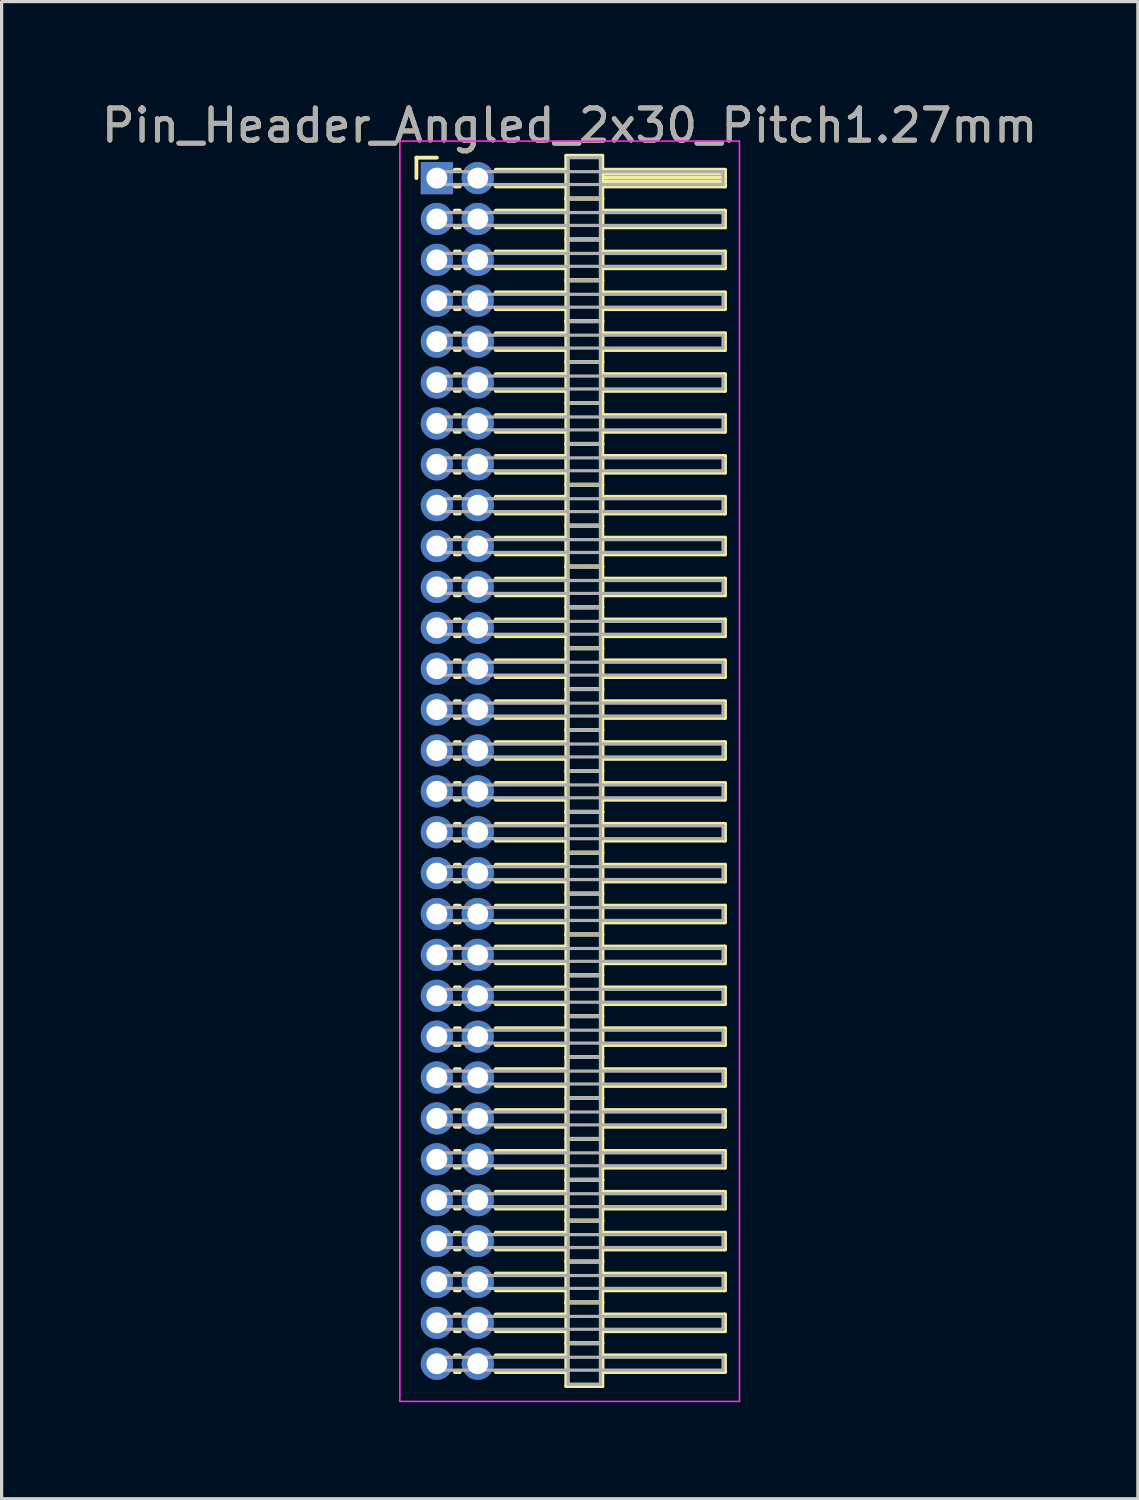
<source format=kicad_pcb>
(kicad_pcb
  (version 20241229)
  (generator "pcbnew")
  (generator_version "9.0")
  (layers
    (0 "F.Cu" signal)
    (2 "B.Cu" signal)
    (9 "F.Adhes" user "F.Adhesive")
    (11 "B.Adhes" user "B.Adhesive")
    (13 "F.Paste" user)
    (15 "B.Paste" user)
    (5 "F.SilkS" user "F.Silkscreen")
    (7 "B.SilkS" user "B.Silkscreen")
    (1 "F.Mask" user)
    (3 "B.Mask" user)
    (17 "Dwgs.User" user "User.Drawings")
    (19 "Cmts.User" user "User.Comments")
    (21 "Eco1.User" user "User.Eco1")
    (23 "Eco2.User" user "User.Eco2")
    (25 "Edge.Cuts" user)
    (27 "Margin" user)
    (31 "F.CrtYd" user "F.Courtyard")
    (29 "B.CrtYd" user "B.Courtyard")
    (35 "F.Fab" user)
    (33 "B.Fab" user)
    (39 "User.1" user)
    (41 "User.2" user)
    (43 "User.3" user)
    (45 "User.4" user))
  (footprint "Pin_Header_Angled_2x30_Pitch1.27mm"
    (layer "F.Cu")
    (at 10.521 2.483)
    (property "Reference" "Pin_Header_Angled_2x30_Pitch1.27mm" (at 4.128 -1.635 0) (layer "F.SilkS") (effects (font (size 1 1) (thickness 0.15))))
    (attr through_hole)
    (fp_line (start -0.635 -0.635) (end 0 -0.635) (stroke (width 0.12) (type solid)) (layer "F.SilkS"))
    (fp_line (start -0.635 0) (end -0.635 -0.635) (stroke (width 0.12) (type solid)) (layer "F.SilkS"))
    (fp_line (start 0.56 -0.26) (end 0.71 -0.26) (stroke (width 0.12) (type solid)) (layer "F.SilkS"))
    (fp_line (start 0.56 0.26) (end 0.71 0.26) (stroke (width 0.12) (type solid)) (layer "F.SilkS"))
    (fp_line (start 0.56 1.01) (end 0.71 1.01) (stroke (width 0.12) (type solid)) (layer "F.SilkS"))
    (fp_line (start 0.56 1.53) (end 0.71 1.53) (stroke (width 0.12) (type solid)) (layer "F.SilkS"))
    (fp_line (start 0.56 2.28) (end 0.71 2.28) (stroke (width 0.12) (type solid)) (layer "F.SilkS"))
    (fp_line (start 0.56 2.8) (end 0.71 2.8) (stroke (width 0.12) (type solid)) (layer "F.SilkS"))
    (fp_line (start 0.56 3.55) (end 0.71 3.55) (stroke (width 0.12) (type solid)) (layer "F.SilkS"))
    (fp_line (start 0.56 4.07) (end 0.71 4.07) (stroke (width 0.12) (type solid)) (layer "F.SilkS"))
    (fp_line (start 0.56 4.82) (end 0.71 4.82) (stroke (width 0.12) (type solid)) (layer "F.SilkS"))
    (fp_line (start 0.56 5.34) (end 0.71 5.34) (stroke (width 0.12) (type solid)) (layer "F.SilkS"))
    (fp_line (start 0.56 6.09) (end 0.71 6.09) (stroke (width 0.12) (type solid)) (layer "F.SilkS"))
    (fp_line (start 0.56 6.61) (end 0.71 6.61) (stroke (width 0.12) (type solid)) (layer "F.SilkS"))
    (fp_line (start 0.56 7.36) (end 0.71 7.36) (stroke (width 0.12) (type solid)) (layer "F.SilkS"))
    (fp_line (start 0.56 7.88) (end 0.71 7.88) (stroke (width 0.12) (type solid)) (layer "F.SilkS"))
    (fp_line (start 0.56 8.63) (end 0.71 8.63) (stroke (width 0.12) (type solid)) (layer "F.SilkS"))
    (fp_line (start 0.56 9.15) (end 0.71 9.15) (stroke (width 0.12) (type solid)) (layer "F.SilkS"))
    (fp_line (start 0.56 9.9) (end 0.71 9.9) (stroke (width 0.12) (type solid)) (layer "F.SilkS"))
    (fp_line (start 0.56 10.42) (end 0.71 10.42) (stroke (width 0.12) (type solid)) (layer "F.SilkS"))
    (fp_line (start 0.56 11.17) (end 0.71 11.17) (stroke (width 0.12) (type solid)) (layer "F.SilkS"))
    (fp_line (start 0.56 11.69) (end 0.71 11.69) (stroke (width 0.12) (type solid)) (layer "F.SilkS"))
    (fp_line (start 0.56 12.44) (end 0.71 12.44) (stroke (width 0.12) (type solid)) (layer "F.SilkS"))
    (fp_line (start 0.56 12.96) (end 0.71 12.96) (stroke (width 0.12) (type solid)) (layer "F.SilkS"))
    (fp_line (start 0.56 13.71) (end 0.71 13.71) (stroke (width 0.12) (type solid)) (layer "F.SilkS"))
    (fp_line (start 0.56 14.23) (end 0.71 14.23) (stroke (width 0.12) (type solid)) (layer "F.SilkS"))
    (fp_line (start 0.56 14.98) (end 0.71 14.98) (stroke (width 0.12) (type solid)) (layer "F.SilkS"))
    (fp_line (start 0.56 15.5) (end 0.71 15.5) (stroke (width 0.12) (type solid)) (layer "F.SilkS"))
    (fp_line (start 0.56 16.25) (end 0.71 16.25) (stroke (width 0.12) (type solid)) (layer "F.SilkS"))
    (fp_line (start 0.56 16.77) (end 0.71 16.77) (stroke (width 0.12) (type solid)) (layer "F.SilkS"))
    (fp_line (start 0.56 17.52) (end 0.71 17.52) (stroke (width 0.12) (type solid)) (layer "F.SilkS"))
    (fp_line (start 0.56 18.04) (end 0.71 18.04) (stroke (width 0.12) (type solid)) (layer "F.SilkS"))
    (fp_line (start 0.56 18.79) (end 0.71 18.79) (stroke (width 0.12) (type solid)) (layer "F.SilkS"))
    (fp_line (start 0.56 19.31) (end 0.71 19.31) (stroke (width 0.12) (type solid)) (layer "F.SilkS"))
    (fp_line (start 0.56 20.06) (end 0.71 20.06) (stroke (width 0.12) (type solid)) (layer "F.SilkS"))
    (fp_line (start 0.56 20.58) (end 0.71 20.58) (stroke (width 0.12) (type solid)) (layer "F.SilkS"))
    (fp_line (start 0.56 21.33) (end 0.71 21.33) (stroke (width 0.12) (type solid)) (layer "F.SilkS"))
    (fp_line (start 0.56 21.85) (end 0.71 21.85) (stroke (width 0.12) (type solid)) (layer "F.SilkS"))
    (fp_line (start 0.56 22.6) (end 0.71 22.6) (stroke (width 0.12) (type solid)) (layer "F.SilkS"))
    (fp_line (start 0.56 23.12) (end 0.71 23.12) (stroke (width 0.12) (type solid)) (layer "F.SilkS"))
    (fp_line (start 0.56 23.87) (end 0.71 23.87) (stroke (width 0.12) (type solid)) (layer "F.SilkS"))
    (fp_line (start 0.56 24.39) (end 0.71 24.39) (stroke (width 0.12) (type solid)) (layer "F.SilkS"))
    (fp_line (start 0.56 25.14) (end 0.71 25.14) (stroke (width 0.12) (type solid)) (layer "F.SilkS"))
    (fp_line (start 0.56 25.66) (end 0.71 25.66) (stroke (width 0.12) (type solid)) (layer "F.SilkS"))
    (fp_line (start 0.56 26.41) (end 0.71 26.41) (stroke (width 0.12) (type solid)) (layer "F.SilkS"))
    (fp_line (start 0.56 26.93) (end 0.71 26.93) (stroke (width 0.12) (type solid)) (layer "F.SilkS"))
    (fp_line (start 0.56 27.68) (end 0.71 27.68) (stroke (width 0.12) (type solid)) (layer "F.SilkS"))
    (fp_line (start 0.56 28.2) (end 0.71 28.2) (stroke (width 0.12) (type solid)) (layer "F.SilkS"))
    (fp_line (start 0.56 28.95) (end 0.71 28.95) (stroke (width 0.12) (type solid)) (layer "F.SilkS"))
    (fp_line (start 0.56 29.47) (end 0.71 29.47) (stroke (width 0.12) (type solid)) (layer "F.SilkS"))
    (fp_line (start 0.56 30.22) (end 0.71 30.22) (stroke (width 0.12) (type solid)) (layer "F.SilkS"))
    (fp_line (start 0.56 30.74) (end 0.71 30.74) (stroke (width 0.12) (type solid)) (layer "F.SilkS"))
    (fp_line (start 0.56 31.49) (end 0.71 31.49) (stroke (width 0.12) (type solid)) (layer "F.SilkS"))
    (fp_line (start 0.56 32.01) (end 0.71 32.01) (stroke (width 0.12) (type solid)) (layer "F.SilkS"))
    (fp_line (start 0.56 32.76) (end 0.71 32.76) (stroke (width 0.12) (type solid)) (layer "F.SilkS"))
    (fp_line (start 0.56 33.28) (end 0.71 33.28) (stroke (width 0.12) (type solid)) (layer "F.SilkS"))
    (fp_line (start 0.56 34.03) (end 0.71 34.03) (stroke (width 0.12) (type solid)) (layer "F.SilkS"))
    (fp_line (start 0.56 34.55) (end 0.71 34.55) (stroke (width 0.12) (type solid)) (layer "F.SilkS"))
    (fp_line (start 0.56 35.3) (end 0.71 35.3) (stroke (width 0.12) (type solid)) (layer "F.SilkS"))
    (fp_line (start 0.56 35.82) (end 0.71 35.82) (stroke (width 0.12) (type solid)) (layer "F.SilkS"))
    (fp_line (start 0.56 36.57) (end 0.71 36.57) (stroke (width 0.12) (type solid)) (layer "F.SilkS"))
    (fp_line (start 0.56 37.09) (end 0.71 37.09) (stroke (width 0.12) (type solid)) (layer "F.SilkS"))
    (fp_line (start 1.83 -0.26) (end 4.02 -0.26) (stroke (width 0.12) (type solid)) (layer "F.SilkS"))
    (fp_line (start 1.83 0.26) (end 4.02 0.26) (stroke (width 0.12) (type solid)) (layer "F.SilkS"))
    (fp_line (start 1.83 1.01) (end 4.02 1.01) (stroke (width 0.12) (type solid)) (layer "F.SilkS"))
    (fp_line (start 1.83 1.53) (end 4.02 1.53) (stroke (width 0.12) (type solid)) (layer "F.SilkS"))
    (fp_line (start 1.83 2.28) (end 4.02 2.28) (stroke (width 0.12) (type solid)) (layer "F.SilkS"))
    (fp_line (start 1.83 2.8) (end 4.02 2.8) (stroke (width 0.12) (type solid)) (layer "F.SilkS"))
    (fp_line (start 1.83 3.55) (end 4.02 3.55) (stroke (width 0.12) (type solid)) (layer "F.SilkS"))
    (fp_line (start 1.83 4.07) (end 4.02 4.07) (stroke (width 0.12) (type solid)) (layer "F.SilkS"))
    (fp_line (start 1.83 4.82) (end 4.02 4.82) (stroke (width 0.12) (type solid)) (layer "F.SilkS"))
    (fp_line (start 1.83 5.34) (end 4.02 5.34) (stroke (width 0.12) (type solid)) (layer "F.SilkS"))
    (fp_line (start 1.83 6.09) (end 4.02 6.09) (stroke (width 0.12) (type solid)) (layer "F.SilkS"))
    (fp_line (start 1.83 6.61) (end 4.02 6.61) (stroke (width 0.12) (type solid)) (layer "F.SilkS"))
    (fp_line (start 1.83 7.36) (end 4.02 7.36) (stroke (width 0.12) (type solid)) (layer "F.SilkS"))
    (fp_line (start 1.83 7.88) (end 4.02 7.88) (stroke (width 0.12) (type solid)) (layer "F.SilkS"))
    (fp_line (start 1.83 8.63) (end 4.02 8.63) (stroke (width 0.12) (type solid)) (layer "F.SilkS"))
    (fp_line (start 1.83 9.15) (end 4.02 9.15) (stroke (width 0.12) (type solid)) (layer "F.SilkS"))
    (fp_line (start 1.83 9.9) (end 4.02 9.9) (stroke (width 0.12) (type solid)) (layer "F.SilkS"))
    (fp_line (start 1.83 10.42) (end 4.02 10.42) (stroke (width 0.12) (type solid)) (layer "F.SilkS"))
    (fp_line (start 1.83 11.17) (end 4.02 11.17) (stroke (width 0.12) (type solid)) (layer "F.SilkS"))
    (fp_line (start 1.83 11.69) (end 4.02 11.69) (stroke (width 0.12) (type solid)) (layer "F.SilkS"))
    (fp_line (start 1.83 12.44) (end 4.02 12.44) (stroke (width 0.12) (type solid)) (layer "F.SilkS"))
    (fp_line (start 1.83 12.96) (end 4.02 12.96) (stroke (width 0.12) (type solid)) (layer "F.SilkS"))
    (fp_line (start 1.83 13.71) (end 4.02 13.71) (stroke (width 0.12) (type solid)) (layer "F.SilkS"))
    (fp_line (start 1.83 14.23) (end 4.02 14.23) (stroke (width 0.12) (type solid)) (layer "F.SilkS"))
    (fp_line (start 1.83 14.98) (end 4.02 14.98) (stroke (width 0.12) (type solid)) (layer "F.SilkS"))
    (fp_line (start 1.83 15.5) (end 4.02 15.5) (stroke (width 0.12) (type solid)) (layer "F.SilkS"))
    (fp_line (start 1.83 16.25) (end 4.02 16.25) (stroke (width 0.12) (type solid)) (layer "F.SilkS"))
    (fp_line (start 1.83 16.77) (end 4.02 16.77) (stroke (width 0.12) (type solid)) (layer "F.SilkS"))
    (fp_line (start 1.83 17.52) (end 4.02 17.52) (stroke (width 0.12) (type solid)) (layer "F.SilkS"))
    (fp_line (start 1.83 18.04) (end 4.02 18.04) (stroke (width 0.12) (type solid)) (layer "F.SilkS"))
    (fp_line (start 1.83 18.79) (end 4.02 18.79) (stroke (width 0.12) (type solid)) (layer "F.SilkS"))
    (fp_line (start 1.83 19.31) (end 4.02 19.31) (stroke (width 0.12) (type solid)) (layer "F.SilkS"))
    (fp_line (start 1.83 20.06) (end 4.02 20.06) (stroke (width 0.12) (type solid)) (layer "F.SilkS"))
    (fp_line (start 1.83 20.58) (end 4.02 20.58) (stroke (width 0.12) (type solid)) (layer "F.SilkS"))
    (fp_line (start 1.83 21.33) (end 4.02 21.33) (stroke (width 0.12) (type solid)) (layer "F.SilkS"))
    (fp_line (start 1.83 21.85) (end 4.02 21.85) (stroke (width 0.12) (type solid)) (layer "F.SilkS"))
    (fp_line (start 1.83 22.6) (end 4.02 22.6) (stroke (width 0.12) (type solid)) (layer "F.SilkS"))
    (fp_line (start 1.83 23.12) (end 4.02 23.12) (stroke (width 0.12) (type solid)) (layer "F.SilkS"))
    (fp_line (start 1.83 23.87) (end 4.02 23.87) (stroke (width 0.12) (type solid)) (layer "F.SilkS"))
    (fp_line (start 1.83 24.39) (end 4.02 24.39) (stroke (width 0.12) (type solid)) (layer "F.SilkS"))
    (fp_line (start 1.83 25.14) (end 4.02 25.14) (stroke (width 0.12) (type solid)) (layer "F.SilkS"))
    (fp_line (start 1.83 25.66) (end 4.02 25.66) (stroke (width 0.12) (type solid)) (layer "F.SilkS"))
    (fp_line (start 1.83 26.41) (end 4.02 26.41) (stroke (width 0.12) (type solid)) (layer "F.SilkS"))
    (fp_line (start 1.83 26.93) (end 4.02 26.93) (stroke (width 0.12) (type solid)) (layer "F.SilkS"))
    (fp_line (start 1.83 27.68) (end 4.02 27.68) (stroke (width 0.12) (type solid)) (layer "F.SilkS"))
    (fp_line (start 1.83 28.2) (end 4.02 28.2) (stroke (width 0.12) (type solid)) (layer "F.SilkS"))
    (fp_line (start 1.83 28.95) (end 4.02 28.95) (stroke (width 0.12) (type solid)) (layer "F.SilkS"))
    (fp_line (start 1.83 29.47) (end 4.02 29.47) (stroke (width 0.12) (type solid)) (layer "F.SilkS"))
    (fp_line (start 1.83 30.22) (end 4.02 30.22) (stroke (width 0.12) (type solid)) (layer "F.SilkS"))
    (fp_line (start 1.83 30.74) (end 4.02 30.74) (stroke (width 0.12) (type solid)) (layer "F.SilkS"))
    (fp_line (start 1.83 31.49) (end 4.02 31.49) (stroke (width 0.12) (type solid)) (layer "F.SilkS"))
    (fp_line (start 1.83 32.01) (end 4.02 32.01) (stroke (width 0.12) (type solid)) (layer "F.SilkS"))
    (fp_line (start 1.83 32.76) (end 4.02 32.76) (stroke (width 0.12) (type solid)) (layer "F.SilkS"))
    (fp_line (start 1.83 33.28) (end 4.02 33.28) (stroke (width 0.12) (type solid)) (layer "F.SilkS"))
    (fp_line (start 1.83 34.03) (end 4.02 34.03) (stroke (width 0.12) (type solid)) (layer "F.SilkS"))
    (fp_line (start 1.83 34.55) (end 4.02 34.55) (stroke (width 0.12) (type solid)) (layer "F.SilkS"))
    (fp_line (start 1.83 35.3) (end 4.02 35.3) (stroke (width 0.12) (type solid)) (layer "F.SilkS"))
    (fp_line (start 1.83 35.82) (end 4.02 35.82) (stroke (width 0.12) (type solid)) (layer "F.SilkS"))
    (fp_line (start 1.83 36.57) (end 4.02 36.57) (stroke (width 0.12) (type solid)) (layer "F.SilkS"))
    (fp_line (start 1.83 37.09) (end 4.02 37.09) (stroke (width 0.12) (type solid)) (layer "F.SilkS"))
    (fp_line (start 4.02 -0.695) (end 4.02 0.635) (stroke (width 0.12) (type solid)) (layer "F.SilkS"))
    (fp_line (start 4.02 0.635) (end 4.02 1.905) (stroke (width 0.12) (type solid)) (layer "F.SilkS"))
    (fp_line (start 4.02 0.635) (end 5.14 0.635) (stroke (width 0.12) (type solid)) (layer "F.SilkS"))
    (fp_line (start 4.02 1.905) (end 4.02 3.175) (stroke (width 0.12) (type solid)) (layer "F.SilkS"))
    (fp_line (start 4.02 1.905) (end 5.14 1.905) (stroke (width 0.12) (type solid)) (layer "F.SilkS"))
    (fp_line (start 4.02 3.175) (end 4.02 4.445) (stroke (width 0.12) (type solid)) (layer "F.SilkS"))
    (fp_line (start 4.02 3.175) (end 5.14 3.175) (stroke (width 0.12) (type solid)) (layer "F.SilkS"))
    (fp_line (start 4.02 4.445) (end 4.02 5.715) (stroke (width 0.12) (type solid)) (layer "F.SilkS"))
    (fp_line (start 4.02 4.445) (end 5.14 4.445) (stroke (width 0.12) (type solid)) (layer "F.SilkS"))
    (fp_line (start 4.02 5.715) (end 4.02 6.985) (stroke (width 0.12) (type solid)) (layer "F.SilkS"))
    (fp_line (start 4.02 5.715) (end 5.14 5.715) (stroke (width 0.12) (type solid)) (layer "F.SilkS"))
    (fp_line (start 4.02 6.985) (end 4.02 8.255) (stroke (width 0.12) (type solid)) (layer "F.SilkS"))
    (fp_line (start 4.02 6.985) (end 5.14 6.985) (stroke (width 0.12) (type solid)) (layer "F.SilkS"))
    (fp_line (start 4.02 8.255) (end 4.02 9.525) (stroke (width 0.12) (type solid)) (layer "F.SilkS"))
    (fp_line (start 4.02 8.255) (end 5.14 8.255) (stroke (width 0.12) (type solid)) (layer "F.SilkS"))
    (fp_line (start 4.02 9.525) (end 4.02 10.795) (stroke (width 0.12) (type solid)) (layer "F.SilkS"))
    (fp_line (start 4.02 9.525) (end 5.14 9.525) (stroke (width 0.12) (type solid)) (layer "F.SilkS"))
    (fp_line (start 4.02 10.795) (end 4.02 12.065) (stroke (width 0.12) (type solid)) (layer "F.SilkS"))
    (fp_line (start 4.02 10.795) (end 5.14 10.795) (stroke (width 0.12) (type solid)) (layer "F.SilkS"))
    (fp_line (start 4.02 12.065) (end 4.02 13.335) (stroke (width 0.12) (type solid)) (layer "F.SilkS"))
    (fp_line (start 4.02 12.065) (end 5.14 12.065) (stroke (width 0.12) (type solid)) (layer "F.SilkS"))
    (fp_line (start 4.02 13.335) (end 4.02 14.605) (stroke (width 0.12) (type solid)) (layer "F.SilkS"))
    (fp_line (start 4.02 13.335) (end 5.14 13.335) (stroke (width 0.12) (type solid)) (layer "F.SilkS"))
    (fp_line (start 4.02 14.605) (end 4.02 15.875) (stroke (width 0.12) (type solid)) (layer "F.SilkS"))
    (fp_line (start 4.02 14.605) (end 5.14 14.605) (stroke (width 0.12) (type solid)) (layer "F.SilkS"))
    (fp_line (start 4.02 15.875) (end 4.02 17.145) (stroke (width 0.12) (type solid)) (layer "F.SilkS"))
    (fp_line (start 4.02 15.875) (end 5.14 15.875) (stroke (width 0.12) (type solid)) (layer "F.SilkS"))
    (fp_line (start 4.02 17.145) (end 4.02 18.415) (stroke (width 0.12) (type solid)) (layer "F.SilkS"))
    (fp_line (start 4.02 17.145) (end 5.14 17.145) (stroke (width 0.12) (type solid)) (layer "F.SilkS"))
    (fp_line (start 4.02 18.415) (end 4.02 19.685) (stroke (width 0.12) (type solid)) (layer "F.SilkS"))
    (fp_line (start 4.02 18.415) (end 5.14 18.415) (stroke (width 0.12) (type solid)) (layer "F.SilkS"))
    (fp_line (start 4.02 19.685) (end 4.02 20.955) (stroke (width 0.12) (type solid)) (layer "F.SilkS"))
    (fp_line (start 4.02 19.685) (end 5.14 19.685) (stroke (width 0.12) (type solid)) (layer "F.SilkS"))
    (fp_line (start 4.02 20.955) (end 4.02 22.225) (stroke (width 0.12) (type solid)) (layer "F.SilkS"))
    (fp_line (start 4.02 20.955) (end 5.14 20.955) (stroke (width 0.12) (type solid)) (layer "F.SilkS"))
    (fp_line (start 4.02 22.225) (end 4.02 23.495) (stroke (width 0.12) (type solid)) (layer "F.SilkS"))
    (fp_line (start 4.02 22.225) (end 5.14 22.225) (stroke (width 0.12) (type solid)) (layer "F.SilkS"))
    (fp_line (start 4.02 23.495) (end 4.02 24.765) (stroke (width 0.12) (type solid)) (layer "F.SilkS"))
    (fp_line (start 4.02 23.495) (end 5.14 23.495) (stroke (width 0.12) (type solid)) (layer "F.SilkS"))
    (fp_line (start 4.02 24.765) (end 4.02 26.035) (stroke (width 0.12) (type solid)) (layer "F.SilkS"))
    (fp_line (start 4.02 24.765) (end 5.14 24.765) (stroke (width 0.12) (type solid)) (layer "F.SilkS"))
    (fp_line (start 4.02 26.035) (end 4.02 27.305) (stroke (width 0.12) (type solid)) (layer "F.SilkS"))
    (fp_line (start 4.02 26.035) (end 5.14 26.035) (stroke (width 0.12) (type solid)) (layer "F.SilkS"))
    (fp_line (start 4.02 27.305) (end 4.02 28.575) (stroke (width 0.12) (type solid)) (layer "F.SilkS"))
    (fp_line (start 4.02 27.305) (end 5.14 27.305) (stroke (width 0.12) (type solid)) (layer "F.SilkS"))
    (fp_line (start 4.02 28.575) (end 4.02 29.845) (stroke (width 0.12) (type solid)) (layer "F.SilkS"))
    (fp_line (start 4.02 28.575) (end 5.14 28.575) (stroke (width 0.12) (type solid)) (layer "F.SilkS"))
    (fp_line (start 4.02 29.845) (end 4.02 31.115) (stroke (width 0.12) (type solid)) (layer "F.SilkS"))
    (fp_line (start 4.02 29.845) (end 5.14 29.845) (stroke (width 0.12) (type solid)) (layer "F.SilkS"))
    (fp_line (start 4.02 31.115) (end 4.02 32.385) (stroke (width 0.12) (type solid)) (layer "F.SilkS"))
    (fp_line (start 4.02 31.115) (end 5.14 31.115) (stroke (width 0.12) (type solid)) (layer "F.SilkS"))
    (fp_line (start 4.02 32.385) (end 4.02 33.655) (stroke (width 0.12) (type solid)) (layer "F.SilkS"))
    (fp_line (start 4.02 32.385) (end 5.14 32.385) (stroke (width 0.12) (type solid)) (layer "F.SilkS"))
    (fp_line (start 4.02 33.655) (end 4.02 34.925) (stroke (width 0.12) (type solid)) (layer "F.SilkS"))
    (fp_line (start 4.02 33.655) (end 5.14 33.655) (stroke (width 0.12) (type solid)) (layer "F.SilkS"))
    (fp_line (start 4.02 34.925) (end 4.02 36.195) (stroke (width 0.12) (type solid)) (layer "F.SilkS"))
    (fp_line (start 4.02 34.925) (end 5.14 34.925) (stroke (width 0.12) (type solid)) (layer "F.SilkS"))
    (fp_line (start 4.02 36.195) (end 4.02 37.525) (stroke (width 0.12) (type solid)) (layer "F.SilkS"))
    (fp_line (start 4.02 36.195) (end 5.14 36.195) (stroke (width 0.12) (type solid)) (layer "F.SilkS"))
    (fp_line (start 4.02 37.525) (end 5.14 37.525) (stroke (width 0.12) (type solid)) (layer "F.SilkS"))
    (fp_line (start 5.14 -0.695) (end 4.02 -0.695) (stroke (width 0.12) (type solid)) (layer "F.SilkS"))
    (fp_line (start 5.14 -0.26) (end 5.14 0.26) (stroke (width 0.12) (type solid)) (layer "F.SilkS"))
    (fp_line (start 5.14 -0.14) (end 8.95 -0.14) (stroke (width 0.12) (type solid)) (layer "F.SilkS"))
    (fp_line (start 5.14 -0.02) (end 8.95 -0.02) (stroke (width 0.12) (type solid)) (layer "F.SilkS"))
    (fp_line (start 5.14 0.1) (end 8.95 0.1) (stroke (width 0.12) (type solid)) (layer "F.SilkS"))
    (fp_line (start 5.14 0.22) (end 8.95 0.22) (stroke (width 0.12) (type solid)) (layer "F.SilkS"))
    (fp_line (start 5.14 0.26) (end 8.95 0.26) (stroke (width 0.12) (type solid)) (layer "F.SilkS"))
    (fp_line (start 5.14 0.635) (end 4.02 0.635) (stroke (width 0.12) (type solid)) (layer "F.SilkS"))
    (fp_line (start 5.14 0.635) (end 5.14 -0.695) (stroke (width 0.12) (type solid)) (layer "F.SilkS"))
    (fp_line (start 5.14 1.01) (end 5.14 1.53) (stroke (width 0.12) (type solid)) (layer "F.SilkS"))
    (fp_line (start 5.14 1.53) (end 8.95 1.53) (stroke (width 0.12) (type solid)) (layer "F.SilkS"))
    (fp_line (start 5.14 1.905) (end 4.02 1.905) (stroke (width 0.12) (type solid)) (layer "F.SilkS"))
    (fp_line (start 5.14 1.905) (end 5.14 0.635) (stroke (width 0.12) (type solid)) (layer "F.SilkS"))
    (fp_line (start 5.14 2.28) (end 5.14 2.8) (stroke (width 0.12) (type solid)) (layer "F.SilkS"))
    (fp_line (start 5.14 2.8) (end 8.95 2.8) (stroke (width 0.12) (type solid)) (layer "F.SilkS"))
    (fp_line (start 5.14 3.175) (end 4.02 3.175) (stroke (width 0.12) (type solid)) (layer "F.SilkS"))
    (fp_line (start 5.14 3.175) (end 5.14 1.905) (stroke (width 0.12) (type solid)) (layer "F.SilkS"))
    (fp_line (start 5.14 3.55) (end 5.14 4.07) (stroke (width 0.12) (type solid)) (layer "F.SilkS"))
    (fp_line (start 5.14 4.07) (end 8.95 4.07) (stroke (width 0.12) (type solid)) (layer "F.SilkS"))
    (fp_line (start 5.14 4.445) (end 4.02 4.445) (stroke (width 0.12) (type solid)) (layer "F.SilkS"))
    (fp_line (start 5.14 4.445) (end 5.14 3.175) (stroke (width 0.12) (type solid)) (layer "F.SilkS"))
    (fp_line (start 5.14 4.82) (end 5.14 5.34) (stroke (width 0.12) (type solid)) (layer "F.SilkS"))
    (fp_line (start 5.14 5.34) (end 8.95 5.34) (stroke (width 0.12) (type solid)) (layer "F.SilkS"))
    (fp_line (start 5.14 5.715) (end 4.02 5.715) (stroke (width 0.12) (type solid)) (layer "F.SilkS"))
    (fp_line (start 5.14 5.715) (end 5.14 4.445) (stroke (width 0.12) (type solid)) (layer "F.SilkS"))
    (fp_line (start 5.14 6.09) (end 5.14 6.61) (stroke (width 0.12) (type solid)) (layer "F.SilkS"))
    (fp_line (start 5.14 6.61) (end 8.95 6.61) (stroke (width 0.12) (type solid)) (layer "F.SilkS"))
    (fp_line (start 5.14 6.985) (end 4.02 6.985) (stroke (width 0.12) (type solid)) (layer "F.SilkS"))
    (fp_line (start 5.14 6.985) (end 5.14 5.715) (stroke (width 0.12) (type solid)) (layer "F.SilkS"))
    (fp_line (start 5.14 7.36) (end 5.14 7.88) (stroke (width 0.12) (type solid)) (layer "F.SilkS"))
    (fp_line (start 5.14 7.88) (end 8.95 7.88) (stroke (width 0.12) (type solid)) (layer "F.SilkS"))
    (fp_line (start 5.14 8.255) (end 4.02 8.255) (stroke (width 0.12) (type solid)) (layer "F.SilkS"))
    (fp_line (start 5.14 8.255) (end 5.14 6.985) (stroke (width 0.12) (type solid)) (layer "F.SilkS"))
    (fp_line (start 5.14 8.63) (end 5.14 9.15) (stroke (width 0.12) (type solid)) (layer "F.SilkS"))
    (fp_line (start 5.14 9.15) (end 8.95 9.15) (stroke (width 0.12) (type solid)) (layer "F.SilkS"))
    (fp_line (start 5.14 9.525) (end 4.02 9.525) (stroke (width 0.12) (type solid)) (layer "F.SilkS"))
    (fp_line (start 5.14 9.525) (end 5.14 8.255) (stroke (width 0.12) (type solid)) (layer "F.SilkS"))
    (fp_line (start 5.14 9.9) (end 5.14 10.42) (stroke (width 0.12) (type solid)) (layer "F.SilkS"))
    (fp_line (start 5.14 10.42) (end 8.95 10.42) (stroke (width 0.12) (type solid)) (layer "F.SilkS"))
    (fp_line (start 5.14 10.795) (end 4.02 10.795) (stroke (width 0.12) (type solid)) (layer "F.SilkS"))
    (fp_line (start 5.14 10.795) (end 5.14 9.525) (stroke (width 0.12) (type solid)) (layer "F.SilkS"))
    (fp_line (start 5.14 11.17) (end 5.14 11.69) (stroke (width 0.12) (type solid)) (layer "F.SilkS"))
    (fp_line (start 5.14 11.69) (end 8.95 11.69) (stroke (width 0.12) (type solid)) (layer "F.SilkS"))
    (fp_line (start 5.14 12.065) (end 4.02 12.065) (stroke (width 0.12) (type solid)) (layer "F.SilkS"))
    (fp_line (start 5.14 12.065) (end 5.14 10.795) (stroke (width 0.12) (type solid)) (layer "F.SilkS"))
    (fp_line (start 5.14 12.44) (end 5.14 12.96) (stroke (width 0.12) (type solid)) (layer "F.SilkS"))
    (fp_line (start 5.14 12.96) (end 8.95 12.96) (stroke (width 0.12) (type solid)) (layer "F.SilkS"))
    (fp_line (start 5.14 13.335) (end 4.02 13.335) (stroke (width 0.12) (type solid)) (layer "F.SilkS"))
    (fp_line (start 5.14 13.335) (end 5.14 12.065) (stroke (width 0.12) (type solid)) (layer "F.SilkS"))
    (fp_line (start 5.14 13.71) (end 5.14 14.23) (stroke (width 0.12) (type solid)) (layer "F.SilkS"))
    (fp_line (start 5.14 14.23) (end 8.95 14.23) (stroke (width 0.12) (type solid)) (layer "F.SilkS"))
    (fp_line (start 5.14 14.605) (end 4.02 14.605) (stroke (width 0.12) (type solid)) (layer "F.SilkS"))
    (fp_line (start 5.14 14.605) (end 5.14 13.335) (stroke (width 0.12) (type solid)) (layer "F.SilkS"))
    (fp_line (start 5.14 14.98) (end 5.14 15.5) (stroke (width 0.12) (type solid)) (layer "F.SilkS"))
    (fp_line (start 5.14 15.5) (end 8.95 15.5) (stroke (width 0.12) (type solid)) (layer "F.SilkS"))
    (fp_line (start 5.14 15.875) (end 4.02 15.875) (stroke (width 0.12) (type solid)) (layer "F.SilkS"))
    (fp_line (start 5.14 15.875) (end 5.14 14.605) (stroke (width 0.12) (type solid)) (layer "F.SilkS"))
    (fp_line (start 5.14 16.25) (end 5.14 16.77) (stroke (width 0.12) (type solid)) (layer "F.SilkS"))
    (fp_line (start 5.14 16.77) (end 8.95 16.77) (stroke (width 0.12) (type solid)) (layer "F.SilkS"))
    (fp_line (start 5.14 17.145) (end 4.02 17.145) (stroke (width 0.12) (type solid)) (layer "F.SilkS"))
    (fp_line (start 5.14 17.145) (end 5.14 15.875) (stroke (width 0.12) (type solid)) (layer "F.SilkS"))
    (fp_line (start 5.14 17.52) (end 5.14 18.04) (stroke (width 0.12) (type solid)) (layer "F.SilkS"))
    (fp_line (start 5.14 18.04) (end 8.95 18.04) (stroke (width 0.12) (type solid)) (layer "F.SilkS"))
    (fp_line (start 5.14 18.415) (end 4.02 18.415) (stroke (width 0.12) (type solid)) (layer "F.SilkS"))
    (fp_line (start 5.14 18.415) (end 5.14 17.145) (stroke (width 0.12) (type solid)) (layer "F.SilkS"))
    (fp_line (start 5.14 18.79) (end 5.14 19.31) (stroke (width 0.12) (type solid)) (layer "F.SilkS"))
    (fp_line (start 5.14 19.31) (end 8.95 19.31) (stroke (width 0.12) (type solid)) (layer "F.SilkS"))
    (fp_line (start 5.14 19.685) (end 4.02 19.685) (stroke (width 0.12) (type solid)) (layer "F.SilkS"))
    (fp_line (start 5.14 19.685) (end 5.14 18.415) (stroke (width 0.12) (type solid)) (layer "F.SilkS"))
    (fp_line (start 5.14 20.06) (end 5.14 20.58) (stroke (width 0.12) (type solid)) (layer "F.SilkS"))
    (fp_line (start 5.14 20.58) (end 8.95 20.58) (stroke (width 0.12) (type solid)) (layer "F.SilkS"))
    (fp_line (start 5.14 20.955) (end 4.02 20.955) (stroke (width 0.12) (type solid)) (layer "F.SilkS"))
    (fp_line (start 5.14 20.955) (end 5.14 19.685) (stroke (width 0.12) (type solid)) (layer "F.SilkS"))
    (fp_line (start 5.14 21.33) (end 5.14 21.85) (stroke (width 0.12) (type solid)) (layer "F.SilkS"))
    (fp_line (start 5.14 21.85) (end 8.95 21.85) (stroke (width 0.12) (type solid)) (layer "F.SilkS"))
    (fp_line (start 5.14 22.225) (end 4.02 22.225) (stroke (width 0.12) (type solid)) (layer "F.SilkS"))
    (fp_line (start 5.14 22.225) (end 5.14 20.955) (stroke (width 0.12) (type solid)) (layer "F.SilkS"))
    (fp_line (start 5.14 22.6) (end 5.14 23.12) (stroke (width 0.12) (type solid)) (layer "F.SilkS"))
    (fp_line (start 5.14 23.12) (end 8.95 23.12) (stroke (width 0.12) (type solid)) (layer "F.SilkS"))
    (fp_line (start 5.14 23.495) (end 4.02 23.495) (stroke (width 0.12) (type solid)) (layer "F.SilkS"))
    (fp_line (start 5.14 23.495) (end 5.14 22.225) (stroke (width 0.12) (type solid)) (layer "F.SilkS"))
    (fp_line (start 5.14 23.87) (end 5.14 24.39) (stroke (width 0.12) (type solid)) (layer "F.SilkS"))
    (fp_line (start 5.14 24.39) (end 8.95 24.39) (stroke (width 0.12) (type solid)) (layer "F.SilkS"))
    (fp_line (start 5.14 24.765) (end 4.02 24.765) (stroke (width 0.12) (type solid)) (layer "F.SilkS"))
    (fp_line (start 5.14 24.765) (end 5.14 23.495) (stroke (width 0.12) (type solid)) (layer "F.SilkS"))
    (fp_line (start 5.14 25.14) (end 5.14 25.66) (stroke (width 0.12) (type solid)) (layer "F.SilkS"))
    (fp_line (start 5.14 25.66) (end 8.95 25.66) (stroke (width 0.12) (type solid)) (layer "F.SilkS"))
    (fp_line (start 5.14 26.035) (end 4.02 26.035) (stroke (width 0.12) (type solid)) (layer "F.SilkS"))
    (fp_line (start 5.14 26.035) (end 5.14 24.765) (stroke (width 0.12) (type solid)) (layer "F.SilkS"))
    (fp_line (start 5.14 26.41) (end 5.14 26.93) (stroke (width 0.12) (type solid)) (layer "F.SilkS"))
    (fp_line (start 5.14 26.93) (end 8.95 26.93) (stroke (width 0.12) (type solid)) (layer "F.SilkS"))
    (fp_line (start 5.14 27.305) (end 4.02 27.305) (stroke (width 0.12) (type solid)) (layer "F.SilkS"))
    (fp_line (start 5.14 27.305) (end 5.14 26.035) (stroke (width 0.12) (type solid)) (layer "F.SilkS"))
    (fp_line (start 5.14 27.68) (end 5.14 28.2) (stroke (width 0.12) (type solid)) (layer "F.SilkS"))
    (fp_line (start 5.14 28.2) (end 8.95 28.2) (stroke (width 0.12) (type solid)) (layer "F.SilkS"))
    (fp_line (start 5.14 28.575) (end 4.02 28.575) (stroke (width 0.12) (type solid)) (layer "F.SilkS"))
    (fp_line (start 5.14 28.575) (end 5.14 27.305) (stroke (width 0.12) (type solid)) (layer "F.SilkS"))
    (fp_line (start 5.14 28.95) (end 5.14 29.47) (stroke (width 0.12) (type solid)) (layer "F.SilkS"))
    (fp_line (start 5.14 29.47) (end 8.95 29.47) (stroke (width 0.12) (type solid)) (layer "F.SilkS"))
    (fp_line (start 5.14 29.845) (end 4.02 29.845) (stroke (width 0.12) (type solid)) (layer "F.SilkS"))
    (fp_line (start 5.14 29.845) (end 5.14 28.575) (stroke (width 0.12) (type solid)) (layer "F.SilkS"))
    (fp_line (start 5.14 30.22) (end 5.14 30.74) (stroke (width 0.12) (type solid)) (layer "F.SilkS"))
    (fp_line (start 5.14 30.74) (end 8.95 30.74) (stroke (width 0.12) (type solid)) (layer "F.SilkS"))
    (fp_line (start 5.14 31.115) (end 4.02 31.115) (stroke (width 0.12) (type solid)) (layer "F.SilkS"))
    (fp_line (start 5.14 31.115) (end 5.14 29.845) (stroke (width 0.12) (type solid)) (layer "F.SilkS"))
    (fp_line (start 5.14 31.49) (end 5.14 32.01) (stroke (width 0.12) (type solid)) (layer "F.SilkS"))
    (fp_line (start 5.14 32.01) (end 8.95 32.01) (stroke (width 0.12) (type solid)) (layer "F.SilkS"))
    (fp_line (start 5.14 32.385) (end 4.02 32.385) (stroke (width 0.12) (type solid)) (layer "F.SilkS"))
    (fp_line (start 5.14 32.385) (end 5.14 31.115) (stroke (width 0.12) (type solid)) (layer "F.SilkS"))
    (fp_line (start 5.14 32.76) (end 5.14 33.28) (stroke (width 0.12) (type solid)) (layer "F.SilkS"))
    (fp_line (start 5.14 33.28) (end 8.95 33.28) (stroke (width 0.12) (type solid)) (layer "F.SilkS"))
    (fp_line (start 5.14 33.655) (end 4.02 33.655) (stroke (width 0.12) (type solid)) (layer "F.SilkS"))
    (fp_line (start 5.14 33.655) (end 5.14 32.385) (stroke (width 0.12) (type solid)) (layer "F.SilkS"))
    (fp_line (start 5.14 34.03) (end 5.14 34.55) (stroke (width 0.12) (type solid)) (layer "F.SilkS"))
    (fp_line (start 5.14 34.55) (end 8.95 34.55) (stroke (width 0.12) (type solid)) (layer "F.SilkS"))
    (fp_line (start 5.14 34.925) (end 4.02 34.925) (stroke (width 0.12) (type solid)) (layer "F.SilkS"))
    (fp_line (start 5.14 34.925) (end 5.14 33.655) (stroke (width 0.12) (type solid)) (layer "F.SilkS"))
    (fp_line (start 5.14 35.3) (end 5.14 35.82) (stroke (width 0.12) (type solid)) (layer "F.SilkS"))
    (fp_line (start 5.14 35.82) (end 8.95 35.82) (stroke (width 0.12) (type solid)) (layer "F.SilkS"))
    (fp_line (start 5.14 36.195) (end 4.02 36.195) (stroke (width 0.12) (type solid)) (layer "F.SilkS"))
    (fp_line (start 5.14 36.195) (end 5.14 34.925) (stroke (width 0.12) (type solid)) (layer "F.SilkS"))
    (fp_line (start 5.14 36.57) (end 5.14 37.09) (stroke (width 0.12) (type solid)) (layer "F.SilkS"))
    (fp_line (start 5.14 37.09) (end 8.95 37.09) (stroke (width 0.12) (type solid)) (layer "F.SilkS"))
    (fp_line (start 5.14 37.525) (end 5.14 36.195) (stroke (width 0.12) (type solid)) (layer "F.SilkS"))
    (fp_line (start 8.95 -0.26) (end 5.14 -0.26) (stroke (width 0.12) (type solid)) (layer "F.SilkS"))
    (fp_line (start 8.95 0.26) (end 8.95 -0.26) (stroke (width 0.12) (type solid)) (layer "F.SilkS"))
    (fp_line (start 8.95 1.01) (end 5.14 1.01) (stroke (width 0.12) (type solid)) (layer "F.SilkS"))
    (fp_line (start 8.95 1.53) (end 8.95 1.01) (stroke (width 0.12) (type solid)) (layer "F.SilkS"))
    (fp_line (start 8.95 2.28) (end 5.14 2.28) (stroke (width 0.12) (type solid)) (layer "F.SilkS"))
    (fp_line (start 8.95 2.8) (end 8.95 2.28) (stroke (width 0.12) (type solid)) (layer "F.SilkS"))
    (fp_line (start 8.95 3.55) (end 5.14 3.55) (stroke (width 0.12) (type solid)) (layer "F.SilkS"))
    (fp_line (start 8.95 4.07) (end 8.95 3.55) (stroke (width 0.12) (type solid)) (layer "F.SilkS"))
    (fp_line (start 8.95 4.82) (end 5.14 4.82) (stroke (width 0.12) (type solid)) (layer "F.SilkS"))
    (fp_line (start 8.95 5.34) (end 8.95 4.82) (stroke (width 0.12) (type solid)) (layer "F.SilkS"))
    (fp_line (start 8.95 6.09) (end 5.14 6.09) (stroke (width 0.12) (type solid)) (layer "F.SilkS"))
    (fp_line (start 8.95 6.61) (end 8.95 6.09) (stroke (width 0.12) (type solid)) (layer "F.SilkS"))
    (fp_line (start 8.95 7.36) (end 5.14 7.36) (stroke (width 0.12) (type solid)) (layer "F.SilkS"))
    (fp_line (start 8.95 7.88) (end 8.95 7.36) (stroke (width 0.12) (type solid)) (layer "F.SilkS"))
    (fp_line (start 8.95 8.63) (end 5.14 8.63) (stroke (width 0.12) (type solid)) (layer "F.SilkS"))
    (fp_line (start 8.95 9.15) (end 8.95 8.63) (stroke (width 0.12) (type solid)) (layer "F.SilkS"))
    (fp_line (start 8.95 9.9) (end 5.14 9.9) (stroke (width 0.12) (type solid)) (layer "F.SilkS"))
    (fp_line (start 8.95 10.42) (end 8.95 9.9) (stroke (width 0.12) (type solid)) (layer "F.SilkS"))
    (fp_line (start 8.95 11.17) (end 5.14 11.17) (stroke (width 0.12) (type solid)) (layer "F.SilkS"))
    (fp_line (start 8.95 11.69) (end 8.95 11.17) (stroke (width 0.12) (type solid)) (layer "F.SilkS"))
    (fp_line (start 8.95 12.44) (end 5.14 12.44) (stroke (width 0.12) (type solid)) (layer "F.SilkS"))
    (fp_line (start 8.95 12.96) (end 8.95 12.44) (stroke (width 0.12) (type solid)) (layer "F.SilkS"))
    (fp_line (start 8.95 13.71) (end 5.14 13.71) (stroke (width 0.12) (type solid)) (layer "F.SilkS"))
    (fp_line (start 8.95 14.23) (end 8.95 13.71) (stroke (width 0.12) (type solid)) (layer "F.SilkS"))
    (fp_line (start 8.95 14.98) (end 5.14 14.98) (stroke (width 0.12) (type solid)) (layer "F.SilkS"))
    (fp_line (start 8.95 15.5) (end 8.95 14.98) (stroke (width 0.12) (type solid)) (layer "F.SilkS"))
    (fp_line (start 8.95 16.25) (end 5.14 16.25) (stroke (width 0.12) (type solid)) (layer "F.SilkS"))
    (fp_line (start 8.95 16.77) (end 8.95 16.25) (stroke (width 0.12) (type solid)) (layer "F.SilkS"))
    (fp_line (start 8.95 17.52) (end 5.14 17.52) (stroke (width 0.12) (type solid)) (layer "F.SilkS"))
    (fp_line (start 8.95 18.04) (end 8.95 17.52) (stroke (width 0.12) (type solid)) (layer "F.SilkS"))
    (fp_line (start 8.95 18.79) (end 5.14 18.79) (stroke (width 0.12) (type solid)) (layer "F.SilkS"))
    (fp_line (start 8.95 19.31) (end 8.95 18.79) (stroke (width 0.12) (type solid)) (layer "F.SilkS"))
    (fp_line (start 8.95 20.06) (end 5.14 20.06) (stroke (width 0.12) (type solid)) (layer "F.SilkS"))
    (fp_line (start 8.95 20.58) (end 8.95 20.06) (stroke (width 0.12) (type solid)) (layer "F.SilkS"))
    (fp_line (start 8.95 21.33) (end 5.14 21.33) (stroke (width 0.12) (type solid)) (layer "F.SilkS"))
    (fp_line (start 8.95 21.85) (end 8.95 21.33) (stroke (width 0.12) (type solid)) (layer "F.SilkS"))
    (fp_line (start 8.95 22.6) (end 5.14 22.6) (stroke (width 0.12) (type solid)) (layer "F.SilkS"))
    (fp_line (start 8.95 23.12) (end 8.95 22.6) (stroke (width 0.12) (type solid)) (layer "F.SilkS"))
    (fp_line (start 8.95 23.87) (end 5.14 23.87) (stroke (width 0.12) (type solid)) (layer "F.SilkS"))
    (fp_line (start 8.95 24.39) (end 8.95 23.87) (stroke (width 0.12) (type solid)) (layer "F.SilkS"))
    (fp_line (start 8.95 25.14) (end 5.14 25.14) (stroke (width 0.12) (type solid)) (layer "F.SilkS"))
    (fp_line (start 8.95 25.66) (end 8.95 25.14) (stroke (width 0.12) (type solid)) (layer "F.SilkS"))
    (fp_line (start 8.95 26.41) (end 5.14 26.41) (stroke (width 0.12) (type solid)) (layer "F.SilkS"))
    (fp_line (start 8.95 26.93) (end 8.95 26.41) (stroke (width 0.12) (type solid)) (layer "F.SilkS"))
    (fp_line (start 8.95 27.68) (end 5.14 27.68) (stroke (width 0.12) (type solid)) (layer "F.SilkS"))
    (fp_line (start 8.95 28.2) (end 8.95 27.68) (stroke (width 0.12) (type solid)) (layer "F.SilkS"))
    (fp_line (start 8.95 28.95) (end 5.14 28.95) (stroke (width 0.12) (type solid)) (layer "F.SilkS"))
    (fp_line (start 8.95 29.47) (end 8.95 28.95) (stroke (width 0.12) (type solid)) (layer "F.SilkS"))
    (fp_line (start 8.95 30.22) (end 5.14 30.22) (stroke (width 0.12) (type solid)) (layer "F.SilkS"))
    (fp_line (start 8.95 30.74) (end 8.95 30.22) (stroke (width 0.12) (type solid)) (layer "F.SilkS"))
    (fp_line (start 8.95 31.49) (end 5.14 31.49) (stroke (width 0.12) (type solid)) (layer "F.SilkS"))
    (fp_line (start 8.95 32.01) (end 8.95 31.49) (stroke (width 0.12) (type solid)) (layer "F.SilkS"))
    (fp_line (start 8.95 32.76) (end 5.14 32.76) (stroke (width 0.12) (type solid)) (layer "F.SilkS"))
    (fp_line (start 8.95 33.28) (end 8.95 32.76) (stroke (width 0.12) (type solid)) (layer "F.SilkS"))
    (fp_line (start 8.95 34.03) (end 5.14 34.03) (stroke (width 0.12) (type solid)) (layer "F.SilkS"))
    (fp_line (start 8.95 34.55) (end 8.95 34.03) (stroke (width 0.12) (type solid)) (layer "F.SilkS"))
    (fp_line (start 8.95 35.3) (end 5.14 35.3) (stroke (width 0.12) (type solid)) (layer "F.SilkS"))
    (fp_line (start 8.95 35.82) (end 8.95 35.3) (stroke (width 0.12) (type solid)) (layer "F.SilkS"))
    (fp_line (start 8.95 36.57) (end 5.14 36.57) (stroke (width 0.12) (type solid)) (layer "F.SilkS"))
    (fp_line (start 8.95 37.09) (end 8.95 36.57) (stroke (width 0.12) (type solid)) (layer "F.SilkS"))
    (fp_line (start -1.15 -1.15) (end -1.15 38) (stroke (width 0.05) (type solid)) (layer "F.CrtYd"))
    (fp_line (start -1.15 38) (end 9.4 38) (stroke (width 0.05) (type solid)) (layer "F.CrtYd"))
    (fp_line (start 9.4 -1.15) (end -1.15 -1.15) (stroke (width 0.05) (type solid)) (layer "F.CrtYd"))
    (fp_line (start 9.4 38) (end 9.4 -1.15) (stroke (width 0.05) (type solid)) (layer "F.CrtYd"))
    (fp_line (start 0 -0.2) (end 0 0.2) (stroke (width 0.1) (type solid)) (layer "F.Fab"))
    (fp_line (start 0 0.2) (end 8.89 0.2) (stroke (width 0.1) (type solid)) (layer "F.Fab"))
    (fp_line (start 0 1.07) (end 0 1.47) (stroke (width 0.1) (type solid)) (layer "F.Fab"))
    (fp_line (start 0 1.47) (end 8.89 1.47) (stroke (width 0.1) (type solid)) (layer "F.Fab"))
    (fp_line (start 0 2.34) (end 0 2.74) (stroke (width 0.1) (type solid)) (layer "F.Fab"))
    (fp_line (start 0 2.74) (end 8.89 2.74) (stroke (width 0.1) (type solid)) (layer "F.Fab"))
    (fp_line (start 0 3.61) (end 0 4.01) (stroke (width 0.1) (type solid)) (layer "F.Fab"))
    (fp_line (start 0 4.01) (end 8.89 4.01) (stroke (width 0.1) (type solid)) (layer "F.Fab"))
    (fp_line (start 0 4.88) (end 0 5.28) (stroke (width 0.1) (type solid)) (layer "F.Fab"))
    (fp_line (start 0 5.28) (end 8.89 5.28) (stroke (width 0.1) (type solid)) (layer "F.Fab"))
    (fp_line (start 0 6.15) (end 0 6.55) (stroke (width 0.1) (type solid)) (layer "F.Fab"))
    (fp_line (start 0 6.55) (end 8.89 6.55) (stroke (width 0.1) (type solid)) (layer "F.Fab"))
    (fp_line (start 0 7.42) (end 0 7.82) (stroke (width 0.1) (type solid)) (layer "F.Fab"))
    (fp_line (start 0 7.82) (end 8.89 7.82) (stroke (width 0.1) (type solid)) (layer "F.Fab"))
    (fp_line (start 0 8.69) (end 0 9.09) (stroke (width 0.1) (type solid)) (layer "F.Fab"))
    (fp_line (start 0 9.09) (end 8.89 9.09) (stroke (width 0.1) (type solid)) (layer "F.Fab"))
    (fp_line (start 0 9.96) (end 0 10.36) (stroke (width 0.1) (type solid)) (layer "F.Fab"))
    (fp_line (start 0 10.36) (end 8.89 10.36) (stroke (width 0.1) (type solid)) (layer "F.Fab"))
    (fp_line (start 0 11.23) (end 0 11.63) (stroke (width 0.1) (type solid)) (layer "F.Fab"))
    (fp_line (start 0 11.63) (end 8.89 11.63) (stroke (width 0.1) (type solid)) (layer "F.Fab"))
    (fp_line (start 0 12.5) (end 0 12.9) (stroke (width 0.1) (type solid)) (layer "F.Fab"))
    (fp_line (start 0 12.9) (end 8.89 12.9) (stroke (width 0.1) (type solid)) (layer "F.Fab"))
    (fp_line (start 0 13.77) (end 0 14.17) (stroke (width 0.1) (type solid)) (layer "F.Fab"))
    (fp_line (start 0 14.17) (end 8.89 14.17) (stroke (width 0.1) (type solid)) (layer "F.Fab"))
    (fp_line (start 0 15.04) (end 0 15.44) (stroke (width 0.1) (type solid)) (layer "F.Fab"))
    (fp_line (start 0 15.44) (end 8.89 15.44) (stroke (width 0.1) (type solid)) (layer "F.Fab"))
    (fp_line (start 0 16.31) (end 0 16.71) (stroke (width 0.1) (type solid)) (layer "F.Fab"))
    (fp_line (start 0 16.71) (end 8.89 16.71) (stroke (width 0.1) (type solid)) (layer "F.Fab"))
    (fp_line (start 0 17.58) (end 0 17.98) (stroke (width 0.1) (type solid)) (layer "F.Fab"))
    (fp_line (start 0 17.98) (end 8.89 17.98) (stroke (width 0.1) (type solid)) (layer "F.Fab"))
    (fp_line (start 0 18.85) (end 0 19.25) (stroke (width 0.1) (type solid)) (layer "F.Fab"))
    (fp_line (start 0 19.25) (end 8.89 19.25) (stroke (width 0.1) (type solid)) (layer "F.Fab"))
    (fp_line (start 0 20.12) (end 0 20.52) (stroke (width 0.1) (type solid)) (layer "F.Fab"))
    (fp_line (start 0 20.52) (end 8.89 20.52) (stroke (width 0.1) (type solid)) (layer "F.Fab"))
    (fp_line (start 0 21.39) (end 0 21.79) (stroke (width 0.1) (type solid)) (layer "F.Fab"))
    (fp_line (start 0 21.79) (end 8.89 21.79) (stroke (width 0.1) (type solid)) (layer "F.Fab"))
    (fp_line (start 0 22.66) (end 0 23.06) (stroke (width 0.1) (type solid)) (layer "F.Fab"))
    (fp_line (start 0 23.06) (end 8.89 23.06) (stroke (width 0.1) (type solid)) (layer "F.Fab"))
    (fp_line (start 0 23.93) (end 0 24.33) (stroke (width 0.1) (type solid)) (layer "F.Fab"))
    (fp_line (start 0 24.33) (end 8.89 24.33) (stroke (width 0.1) (type solid)) (layer "F.Fab"))
    (fp_line (start 0 25.2) (end 0 25.6) (stroke (width 0.1) (type solid)) (layer "F.Fab"))
    (fp_line (start 0 25.6) (end 8.89 25.6) (stroke (width 0.1) (type solid)) (layer "F.Fab"))
    (fp_line (start 0 26.47) (end 0 26.87) (stroke (width 0.1) (type solid)) (layer "F.Fab"))
    (fp_line (start 0 26.87) (end 8.89 26.87) (stroke (width 0.1) (type solid)) (layer "F.Fab"))
    (fp_line (start 0 27.74) (end 0 28.14) (stroke (width 0.1) (type solid)) (layer "F.Fab"))
    (fp_line (start 0 28.14) (end 8.89 28.14) (stroke (width 0.1) (type solid)) (layer "F.Fab"))
    (fp_line (start 0 29.01) (end 0 29.41) (stroke (width 0.1) (type solid)) (layer "F.Fab"))
    (fp_line (start 0 29.41) (end 8.89 29.41) (stroke (width 0.1) (type solid)) (layer "F.Fab"))
    (fp_line (start 0 30.28) (end 0 30.68) (stroke (width 0.1) (type solid)) (layer "F.Fab"))
    (fp_line (start 0 30.68) (end 8.89 30.68) (stroke (width 0.1) (type solid)) (layer "F.Fab"))
    (fp_line (start 0 31.55) (end 0 31.95) (stroke (width 0.1) (type solid)) (layer "F.Fab"))
    (fp_line (start 0 31.95) (end 8.89 31.95) (stroke (width 0.1) (type solid)) (layer "F.Fab"))
    (fp_line (start 0 32.82) (end 0 33.22) (stroke (width 0.1) (type solid)) (layer "F.Fab"))
    (fp_line (start 0 33.22) (end 8.89 33.22) (stroke (width 0.1) (type solid)) (layer "F.Fab"))
    (fp_line (start 0 34.09) (end 0 34.49) (stroke (width 0.1) (type solid)) (layer "F.Fab"))
    (fp_line (start 0 34.49) (end 8.89 34.49) (stroke (width 0.1) (type solid)) (layer "F.Fab"))
    (fp_line (start 0 35.36) (end 0 35.76) (stroke (width 0.1) (type solid)) (layer "F.Fab"))
    (fp_line (start 0 35.76) (end 8.89 35.76) (stroke (width 0.1) (type solid)) (layer "F.Fab"))
    (fp_line (start 0 36.63) (end 0 37.03) (stroke (width 0.1) (type solid)) (layer "F.Fab"))
    (fp_line (start 0 37.03) (end 8.89 37.03) (stroke (width 0.1) (type solid)) (layer "F.Fab"))
    (fp_line (start 4.08 -0.635) (end 4.08 0.635) (stroke (width 0.1) (type solid)) (layer "F.Fab"))
    (fp_line (start 4.08 0.635) (end 4.08 1.905) (stroke (width 0.1) (type solid)) (layer "F.Fab"))
    (fp_line (start 4.08 0.635) (end 5.08 0.635) (stroke (width 0.1) (type solid)) (layer "F.Fab"))
    (fp_line (start 4.08 1.905) (end 4.08 3.175) (stroke (width 0.1) (type solid)) (layer "F.Fab"))
    (fp_line (start 4.08 1.905) (end 5.08 1.905) (stroke (width 0.1) (type solid)) (layer "F.Fab"))
    (fp_line (start 4.08 3.175) (end 4.08 4.445) (stroke (width 0.1) (type solid)) (layer "F.Fab"))
    (fp_line (start 4.08 3.175) (end 5.08 3.175) (stroke (width 0.1) (type solid)) (layer "F.Fab"))
    (fp_line (start 4.08 4.445) (end 4.08 5.715) (stroke (width 0.1) (type solid)) (layer "F.Fab"))
    (fp_line (start 4.08 4.445) (end 5.08 4.445) (stroke (width 0.1) (type solid)) (layer "F.Fab"))
    (fp_line (start 4.08 5.715) (end 4.08 6.985) (stroke (width 0.1) (type solid)) (layer "F.Fab"))
    (fp_line (start 4.08 5.715) (end 5.08 5.715) (stroke (width 0.1) (type solid)) (layer "F.Fab"))
    (fp_line (start 4.08 6.985) (end 4.08 8.255) (stroke (width 0.1) (type solid)) (layer "F.Fab"))
    (fp_line (start 4.08 6.985) (end 5.08 6.985) (stroke (width 0.1) (type solid)) (layer "F.Fab"))
    (fp_line (start 4.08 8.255) (end 4.08 9.525) (stroke (width 0.1) (type solid)) (layer "F.Fab"))
    (fp_line (start 4.08 8.255) (end 5.08 8.255) (stroke (width 0.1) (type solid)) (layer "F.Fab"))
    (fp_line (start 4.08 9.525) (end 4.08 10.795) (stroke (width 0.1) (type solid)) (layer "F.Fab"))
    (fp_line (start 4.08 9.525) (end 5.08 9.525) (stroke (width 0.1) (type solid)) (layer "F.Fab"))
    (fp_line (start 4.08 10.795) (end 4.08 12.065) (stroke (width 0.1) (type solid)) (layer "F.Fab"))
    (fp_line (start 4.08 10.795) (end 5.08 10.795) (stroke (width 0.1) (type solid)) (layer "F.Fab"))
    (fp_line (start 4.08 12.065) (end 4.08 13.335) (stroke (width 0.1) (type solid)) (layer "F.Fab"))
    (fp_line (start 4.08 12.065) (end 5.08 12.065) (stroke (width 0.1) (type solid)) (layer "F.Fab"))
    (fp_line (start 4.08 13.335) (end 4.08 14.605) (stroke (width 0.1) (type solid)) (layer "F.Fab"))
    (fp_line (start 4.08 13.335) (end 5.08 13.335) (stroke (width 0.1) (type solid)) (layer "F.Fab"))
    (fp_line (start 4.08 14.605) (end 4.08 15.875) (stroke (width 0.1) (type solid)) (layer "F.Fab"))
    (fp_line (start 4.08 14.605) (end 5.08 14.605) (stroke (width 0.1) (type solid)) (layer "F.Fab"))
    (fp_line (start 4.08 15.875) (end 4.08 17.145) (stroke (width 0.1) (type solid)) (layer "F.Fab"))
    (fp_line (start 4.08 15.875) (end 5.08 15.875) (stroke (width 0.1) (type solid)) (layer "F.Fab"))
    (fp_line (start 4.08 17.145) (end 4.08 18.415) (stroke (width 0.1) (type solid)) (layer "F.Fab"))
    (fp_line (start 4.08 17.145) (end 5.08 17.145) (stroke (width 0.1) (type solid)) (layer "F.Fab"))
    (fp_line (start 4.08 18.415) (end 4.08 19.685) (stroke (width 0.1) (type solid)) (layer "F.Fab"))
    (fp_line (start 4.08 18.415) (end 5.08 18.415) (stroke (width 0.1) (type solid)) (layer "F.Fab"))
    (fp_line (start 4.08 19.685) (end 4.08 20.955) (stroke (width 0.1) (type solid)) (layer "F.Fab"))
    (fp_line (start 4.08 19.685) (end 5.08 19.685) (stroke (width 0.1) (type solid)) (layer "F.Fab"))
    (fp_line (start 4.08 20.955) (end 4.08 22.225) (stroke (width 0.1) (type solid)) (layer "F.Fab"))
    (fp_line (start 4.08 20.955) (end 5.08 20.955) (stroke (width 0.1) (type solid)) (layer "F.Fab"))
    (fp_line (start 4.08 22.225) (end 4.08 23.495) (stroke (width 0.1) (type solid)) (layer "F.Fab"))
    (fp_line (start 4.08 22.225) (end 5.08 22.225) (stroke (width 0.1) (type solid)) (layer "F.Fab"))
    (fp_line (start 4.08 23.495) (end 4.08 24.765) (stroke (width 0.1) (type solid)) (layer "F.Fab"))
    (fp_line (start 4.08 23.495) (end 5.08 23.495) (stroke (width 0.1) (type solid)) (layer "F.Fab"))
    (fp_line (start 4.08 24.765) (end 4.08 26.035) (stroke (width 0.1) (type solid)) (layer "F.Fab"))
    (fp_line (start 4.08 24.765) (end 5.08 24.765) (stroke (width 0.1) (type solid)) (layer "F.Fab"))
    (fp_line (start 4.08 26.035) (end 4.08 27.305) (stroke (width 0.1) (type solid)) (layer "F.Fab"))
    (fp_line (start 4.08 26.035) (end 5.08 26.035) (stroke (width 0.1) (type solid)) (layer "F.Fab"))
    (fp_line (start 4.08 27.305) (end 4.08 28.575) (stroke (width 0.1) (type solid)) (layer "F.Fab"))
    (fp_line (start 4.08 27.305) (end 5.08 27.305) (stroke (width 0.1) (type solid)) (layer "F.Fab"))
    (fp_line (start 4.08 28.575) (end 4.08 29.845) (stroke (width 0.1) (type solid)) (layer "F.Fab"))
    (fp_line (start 4.08 28.575) (end 5.08 28.575) (stroke (width 0.1) (type solid)) (layer "F.Fab"))
    (fp_line (start 4.08 29.845) (end 4.08 31.115) (stroke (width 0.1) (type solid)) (layer "F.Fab"))
    (fp_line (start 4.08 29.845) (end 5.08 29.845) (stroke (width 0.1) (type solid)) (layer "F.Fab"))
    (fp_line (start 4.08 31.115) (end 4.08 32.385) (stroke (width 0.1) (type solid)) (layer "F.Fab"))
    (fp_line (start 4.08 31.115) (end 5.08 31.115) (stroke (width 0.1) (type solid)) (layer "F.Fab"))
    (fp_line (start 4.08 32.385) (end 4.08 33.655) (stroke (width 0.1) (type solid)) (layer "F.Fab"))
    (fp_line (start 4.08 32.385) (end 5.08 32.385) (stroke (width 0.1) (type solid)) (layer "F.Fab"))
    (fp_line (start 4.08 33.655) (end 4.08 34.925) (stroke (width 0.1) (type solid)) (layer "F.Fab"))
    (fp_line (start 4.08 33.655) (end 5.08 33.655) (stroke (width 0.1) (type solid)) (layer "F.Fab"))
    (fp_line (start 4.08 34.925) (end 4.08 36.195) (stroke (width 0.1) (type solid)) (layer "F.Fab"))
    (fp_line (start 4.08 34.925) (end 5.08 34.925) (stroke (width 0.1) (type solid)) (layer "F.Fab"))
    (fp_line (start 4.08 36.195) (end 4.08 37.465) (stroke (width 0.1) (type solid)) (layer "F.Fab"))
    (fp_line (start 4.08 36.195) (end 5.08 36.195) (stroke (width 0.1) (type solid)) (layer "F.Fab"))
    (fp_line (start 4.08 37.465) (end 5.08 37.465) (stroke (width 0.1) (type solid)) (layer "F.Fab"))
    (fp_line (start 5.08 -0.635) (end 4.08 -0.635) (stroke (width 0.1) (type solid)) (layer "F.Fab"))
    (fp_line (start 5.08 0.635) (end 4.08 0.635) (stroke (width 0.1) (type solid)) (layer "F.Fab"))
    (fp_line (start 5.08 0.635) (end 5.08 -0.635) (stroke (width 0.1) (type solid)) (layer "F.Fab"))
    (fp_line (start 5.08 1.905) (end 4.08 1.905) (stroke (width 0.1) (type solid)) (layer "F.Fab"))
    (fp_line (start 5.08 1.905) (end 5.08 0.635) (stroke (width 0.1) (type solid)) (layer "F.Fab"))
    (fp_line (start 5.08 3.175) (end 4.08 3.175) (stroke (width 0.1) (type solid)) (layer "F.Fab"))
    (fp_line (start 5.08 3.175) (end 5.08 1.905) (stroke (width 0.1) (type solid)) (layer "F.Fab"))
    (fp_line (start 5.08 4.445) (end 4.08 4.445) (stroke (width 0.1) (type solid)) (layer "F.Fab"))
    (fp_line (start 5.08 4.445) (end 5.08 3.175) (stroke (width 0.1) (type solid)) (layer "F.Fab"))
    (fp_line (start 5.08 5.715) (end 4.08 5.715) (stroke (width 0.1) (type solid)) (layer "F.Fab"))
    (fp_line (start 5.08 5.715) (end 5.08 4.445) (stroke (width 0.1) (type solid)) (layer "F.Fab"))
    (fp_line (start 5.08 6.985) (end 4.08 6.985) (stroke (width 0.1) (type solid)) (layer "F.Fab"))
    (fp_line (start 5.08 6.985) (end 5.08 5.715) (stroke (width 0.1) (type solid)) (layer "F.Fab"))
    (fp_line (start 5.08 8.255) (end 4.08 8.255) (stroke (width 0.1) (type solid)) (layer "F.Fab"))
    (fp_line (start 5.08 8.255) (end 5.08 6.985) (stroke (width 0.1) (type solid)) (layer "F.Fab"))
    (fp_line (start 5.08 9.525) (end 4.08 9.525) (stroke (width 0.1) (type solid)) (layer "F.Fab"))
    (fp_line (start 5.08 9.525) (end 5.08 8.255) (stroke (width 0.1) (type solid)) (layer "F.Fab"))
    (fp_line (start 5.08 10.795) (end 4.08 10.795) (stroke (width 0.1) (type solid)) (layer "F.Fab"))
    (fp_line (start 5.08 10.795) (end 5.08 9.525) (stroke (width 0.1) (type solid)) (layer "F.Fab"))
    (fp_line (start 5.08 12.065) (end 4.08 12.065) (stroke (width 0.1) (type solid)) (layer "F.Fab"))
    (fp_line (start 5.08 12.065) (end 5.08 10.795) (stroke (width 0.1) (type solid)) (layer "F.Fab"))
    (fp_line (start 5.08 13.335) (end 4.08 13.335) (stroke (width 0.1) (type solid)) (layer "F.Fab"))
    (fp_line (start 5.08 13.335) (end 5.08 12.065) (stroke (width 0.1) (type solid)) (layer "F.Fab"))
    (fp_line (start 5.08 14.605) (end 4.08 14.605) (stroke (width 0.1) (type solid)) (layer "F.Fab"))
    (fp_line (start 5.08 14.605) (end 5.08 13.335) (stroke (width 0.1) (type solid)) (layer "F.Fab"))
    (fp_line (start 5.08 15.875) (end 4.08 15.875) (stroke (width 0.1) (type solid)) (layer "F.Fab"))
    (fp_line (start 5.08 15.875) (end 5.08 14.605) (stroke (width 0.1) (type solid)) (layer "F.Fab"))
    (fp_line (start 5.08 17.145) (end 4.08 17.145) (stroke (width 0.1) (type solid)) (layer "F.Fab"))
    (fp_line (start 5.08 17.145) (end 5.08 15.875) (stroke (width 0.1) (type solid)) (layer "F.Fab"))
    (fp_line (start 5.08 18.415) (end 4.08 18.415) (stroke (width 0.1) (type solid)) (layer "F.Fab"))
    (fp_line (start 5.08 18.415) (end 5.08 17.145) (stroke (width 0.1) (type solid)) (layer "F.Fab"))
    (fp_line (start 5.08 19.685) (end 4.08 19.685) (stroke (width 0.1) (type solid)) (layer "F.Fab"))
    (fp_line (start 5.08 19.685) (end 5.08 18.415) (stroke (width 0.1) (type solid)) (layer "F.Fab"))
    (fp_line (start 5.08 20.955) (end 4.08 20.955) (stroke (width 0.1) (type solid)) (layer "F.Fab"))
    (fp_line (start 5.08 20.955) (end 5.08 19.685) (stroke (width 0.1) (type solid)) (layer "F.Fab"))
    (fp_line (start 5.08 22.225) (end 4.08 22.225) (stroke (width 0.1) (type solid)) (layer "F.Fab"))
    (fp_line (start 5.08 22.225) (end 5.08 20.955) (stroke (width 0.1) (type solid)) (layer "F.Fab"))
    (fp_line (start 5.08 23.495) (end 4.08 23.495) (stroke (width 0.1) (type solid)) (layer "F.Fab"))
    (fp_line (start 5.08 23.495) (end 5.08 22.225) (stroke (width 0.1) (type solid)) (layer "F.Fab"))
    (fp_line (start 5.08 24.765) (end 4.08 24.765) (stroke (width 0.1) (type solid)) (layer "F.Fab"))
    (fp_line (start 5.08 24.765) (end 5.08 23.495) (stroke (width 0.1) (type solid)) (layer "F.Fab"))
    (fp_line (start 5.08 26.035) (end 4.08 26.035) (stroke (width 0.1) (type solid)) (layer "F.Fab"))
    (fp_line (start 5.08 26.035) (end 5.08 24.765) (stroke (width 0.1) (type solid)) (layer "F.Fab"))
    (fp_line (start 5.08 27.305) (end 4.08 27.305) (stroke (width 0.1) (type solid)) (layer "F.Fab"))
    (fp_line (start 5.08 27.305) (end 5.08 26.035) (stroke (width 0.1) (type solid)) (layer "F.Fab"))
    (fp_line (start 5.08 28.575) (end 4.08 28.575) (stroke (width 0.1) (type solid)) (layer "F.Fab"))
    (fp_line (start 5.08 28.575) (end 5.08 27.305) (stroke (width 0.1) (type solid)) (layer "F.Fab"))
    (fp_line (start 5.08 29.845) (end 4.08 29.845) (stroke (width 0.1) (type solid)) (layer "F.Fab"))
    (fp_line (start 5.08 29.845) (end 5.08 28.575) (stroke (width 0.1) (type solid)) (layer "F.Fab"))
    (fp_line (start 5.08 31.115) (end 4.08 31.115) (stroke (width 0.1) (type solid)) (layer "F.Fab"))
    (fp_line (start 5.08 31.115) (end 5.08 29.845) (stroke (width 0.1) (type solid)) (layer "F.Fab"))
    (fp_line (start 5.08 32.385) (end 4.08 32.385) (stroke (width 0.1) (type solid)) (layer "F.Fab"))
    (fp_line (start 5.08 32.385) (end 5.08 31.115) (stroke (width 0.1) (type solid)) (layer "F.Fab"))
    (fp_line (start 5.08 33.655) (end 4.08 33.655) (stroke (width 0.1) (type solid)) (layer "F.Fab"))
    (fp_line (start 5.08 33.655) (end 5.08 32.385) (stroke (width 0.1) (type solid)) (layer "F.Fab"))
    (fp_line (start 5.08 34.925) (end 4.08 34.925) (stroke (width 0.1) (type solid)) (layer "F.Fab"))
    (fp_line (start 5.08 34.925) (end 5.08 33.655) (stroke (width 0.1) (type solid)) (layer "F.Fab"))
    (fp_line (start 5.08 36.195) (end 4.08 36.195) (stroke (width 0.1) (type solid)) (layer "F.Fab"))
    (fp_line (start 5.08 36.195) (end 5.08 34.925) (stroke (width 0.1) (type solid)) (layer "F.Fab"))
    (fp_line (start 5.08 37.465) (end 5.08 36.195) (stroke (width 0.1) (type solid)) (layer "F.Fab"))
    (fp_line (start 8.89 -0.2) (end 0 -0.2) (stroke (width 0.1) (type solid)) (layer "F.Fab"))
    (fp_line (start 8.89 0.2) (end 8.89 -0.2) (stroke (width 0.1) (type solid)) (layer "F.Fab"))
    (fp_line (start 8.89 1.07) (end 0 1.07) (stroke (width 0.1) (type solid)) (layer "F.Fab"))
    (fp_line (start 8.89 1.47) (end 8.89 1.07) (stroke (width 0.1) (type solid)) (layer "F.Fab"))
    (fp_line (start 8.89 2.34) (end 0 2.34) (stroke (width 0.1) (type solid)) (layer "F.Fab"))
    (fp_line (start 8.89 2.74) (end 8.89 2.34) (stroke (width 0.1) (type solid)) (layer "F.Fab"))
    (fp_line (start 8.89 3.61) (end 0 3.61) (stroke (width 0.1) (type solid)) (layer "F.Fab"))
    (fp_line (start 8.89 4.01) (end 8.89 3.61) (stroke (width 0.1) (type solid)) (layer "F.Fab"))
    (fp_line (start 8.89 4.88) (end 0 4.88) (stroke (width 0.1) (type solid)) (layer "F.Fab"))
    (fp_line (start 8.89 5.28) (end 8.89 4.88) (stroke (width 0.1) (type solid)) (layer "F.Fab"))
    (fp_line (start 8.89 6.15) (end 0 6.15) (stroke (width 0.1) (type solid)) (layer "F.Fab"))
    (fp_line (start 8.89 6.55) (end 8.89 6.15) (stroke (width 0.1) (type solid)) (layer "F.Fab"))
    (fp_line (start 8.89 7.42) (end 0 7.42) (stroke (width 0.1) (type solid)) (layer "F.Fab"))
    (fp_line (start 8.89 7.82) (end 8.89 7.42) (stroke (width 0.1) (type solid)) (layer "F.Fab"))
    (fp_line (start 8.89 8.69) (end 0 8.69) (stroke (width 0.1) (type solid)) (layer "F.Fab"))
    (fp_line (start 8.89 9.09) (end 8.89 8.69) (stroke (width 0.1) (type solid)) (layer "F.Fab"))
    (fp_line (start 8.89 9.96) (end 0 9.96) (stroke (width 0.1) (type solid)) (layer "F.Fab"))
    (fp_line (start 8.89 10.36) (end 8.89 9.96) (stroke (width 0.1) (type solid)) (layer "F.Fab"))
    (fp_line (start 8.89 11.23) (end 0 11.23) (stroke (width 0.1) (type solid)) (layer "F.Fab"))
    (fp_line (start 8.89 11.63) (end 8.89 11.23) (stroke (width 0.1) (type solid)) (layer "F.Fab"))
    (fp_line (start 8.89 12.5) (end 0 12.5) (stroke (width 0.1) (type solid)) (layer "F.Fab"))
    (fp_line (start 8.89 12.9) (end 8.89 12.5) (stroke (width 0.1) (type solid)) (layer "F.Fab"))
    (fp_line (start 8.89 13.77) (end 0 13.77) (stroke (width 0.1) (type solid)) (layer "F.Fab"))
    (fp_line (start 8.89 14.17) (end 8.89 13.77) (stroke (width 0.1) (type solid)) (layer "F.Fab"))
    (fp_line (start 8.89 15.04) (end 0 15.04) (stroke (width 0.1) (type solid)) (layer "F.Fab"))
    (fp_line (start 8.89 15.44) (end 8.89 15.04) (stroke (width 0.1) (type solid)) (layer "F.Fab"))
    (fp_line (start 8.89 16.31) (end 0 16.31) (stroke (width 0.1) (type solid)) (layer "F.Fab"))
    (fp_line (start 8.89 16.71) (end 8.89 16.31) (stroke (width 0.1) (type solid)) (layer "F.Fab"))
    (fp_line (start 8.89 17.58) (end 0 17.58) (stroke (width 0.1) (type solid)) (layer "F.Fab"))
    (fp_line (start 8.89 17.98) (end 8.89 17.58) (stroke (width 0.1) (type solid)) (layer "F.Fab"))
    (fp_line (start 8.89 18.85) (end 0 18.85) (stroke (width 0.1) (type solid)) (layer "F.Fab"))
    (fp_line (start 8.89 19.25) (end 8.89 18.85) (stroke (width 0.1) (type solid)) (layer "F.Fab"))
    (fp_line (start 8.89 20.12) (end 0 20.12) (stroke (width 0.1) (type solid)) (layer "F.Fab"))
    (fp_line (start 8.89 20.52) (end 8.89 20.12) (stroke (width 0.1) (type solid)) (layer "F.Fab"))
    (fp_line (start 8.89 21.39) (end 0 21.39) (stroke (width 0.1) (type solid)) (layer "F.Fab"))
    (fp_line (start 8.89 21.79) (end 8.89 21.39) (stroke (width 0.1) (type solid)) (layer "F.Fab"))
    (fp_line (start 8.89 22.66) (end 0 22.66) (stroke (width 0.1) (type solid)) (layer "F.Fab"))
    (fp_line (start 8.89 23.06) (end 8.89 22.66) (stroke (width 0.1) (type solid)) (layer "F.Fab"))
    (fp_line (start 8.89 23.93) (end 0 23.93) (stroke (width 0.1) (type solid)) (layer "F.Fab"))
    (fp_line (start 8.89 24.33) (end 8.89 23.93) (stroke (width 0.1) (type solid)) (layer "F.Fab"))
    (fp_line (start 8.89 25.2) (end 0 25.2) (stroke (width 0.1) (type solid)) (layer "F.Fab"))
    (fp_line (start 8.89 25.6) (end 8.89 25.2) (stroke (width 0.1) (type solid)) (layer "F.Fab"))
    (fp_line (start 8.89 26.47) (end 0 26.47) (stroke (width 0.1) (type solid)) (layer "F.Fab"))
    (fp_line (start 8.89 26.87) (end 8.89 26.47) (stroke (width 0.1) (type solid)) (layer "F.Fab"))
    (fp_line (start 8.89 27.74) (end 0 27.74) (stroke (width 0.1) (type solid)) (layer "F.Fab"))
    (fp_line (start 8.89 28.14) (end 8.89 27.74) (stroke (width 0.1) (type solid)) (layer "F.Fab"))
    (fp_line (start 8.89 29.01) (end 0 29.01) (stroke (width 0.1) (type solid)) (layer "F.Fab"))
    (fp_line (start 8.89 29.41) (end 8.89 29.01) (stroke (width 0.1) (type solid)) (layer "F.Fab"))
    (fp_line (start 8.89 30.28) (end 0 30.28) (stroke (width 0.1) (type solid)) (layer "F.Fab"))
    (fp_line (start 8.89 30.68) (end 8.89 30.28) (stroke (width 0.1) (type solid)) (layer "F.Fab"))
    (fp_line (start 8.89 31.55) (end 0 31.55) (stroke (width 0.1) (type solid)) (layer "F.Fab"))
    (fp_line (start 8.89 31.95) (end 8.89 31.55) (stroke (width 0.1) (type solid)) (layer "F.Fab"))
    (fp_line (start 8.89 32.82) (end 0 32.82) (stroke (width 0.1) (type solid)) (layer "F.Fab"))
    (fp_line (start 8.89 33.22) (end 8.89 32.82) (stroke (width 0.1) (type solid)) (layer "F.Fab"))
    (fp_line (start 8.89 34.09) (end 0 34.09) (stroke (width 0.1) (type solid)) (layer "F.Fab"))
    (fp_line (start 8.89 34.49) (end 8.89 34.09) (stroke (width 0.1) (type solid)) (layer "F.Fab"))
    (fp_line (start 8.89 35.36) (end 0 35.36) (stroke (width 0.1) (type solid)) (layer "F.Fab"))
    (fp_line (start 8.89 35.76) (end 8.89 35.36) (stroke (width 0.1) (type solid)) (layer "F.Fab"))
    (fp_line (start 8.89 36.63) (end 0 36.63) (stroke (width 0.1) (type solid)) (layer "F.Fab"))
    (fp_line (start 8.89 37.03) (end 8.89 36.63) (stroke (width 0.1) (type solid)) (layer "F.Fab"))
    (fp_text user "${REFERENCE}" (at 4.128 -1.635 0) (layer "F.Fab") (effects (font (size 1 1) (thickness 0.15))))
    (pad "1" thru_hole rect (at 0 0) (size 1 1) (drill 0.65) (layers "*.Cu" "*.Mask"))
    (pad "2" thru_hole oval (at 1.27 0) (size 1 1) (drill 0.65) (layers "*.Cu" "*.Mask"))
    (pad "3" thru_hole oval (at 0 1.27) (size 1 1) (drill 0.65) (layers "*.Cu" "*.Mask"))
    (pad "4" thru_hole oval (at 1.27 1.27) (size 1 1) (drill 0.65) (layers "*.Cu" "*.Mask"))
    (pad "5" thru_hole oval (at 0 2.54) (size 1 1) (drill 0.65) (layers "*.Cu" "*.Mask"))
    (pad "6" thru_hole oval (at 1.27 2.54) (size 1 1) (drill 0.65) (layers "*.Cu" "*.Mask"))
    (pad "7" thru_hole oval (at 0 3.81) (size 1 1) (drill 0.65) (layers "*.Cu" "*.Mask"))
    (pad "8" thru_hole oval (at 1.27 3.81) (size 1 1) (drill 0.65) (layers "*.Cu" "*.Mask"))
    (pad "9" thru_hole oval (at 0 5.08) (size 1 1) (drill 0.65) (layers "*.Cu" "*.Mask"))
    (pad "10" thru_hole oval (at 1.27 5.08) (size 1 1) (drill 0.65) (layers "*.Cu" "*.Mask"))
    (pad "11" thru_hole oval (at 0 6.35) (size 1 1) (drill 0.65) (layers "*.Cu" "*.Mask"))
    (pad "12" thru_hole oval (at 1.27 6.35) (size 1 1) (drill 0.65) (layers "*.Cu" "*.Mask"))
    (pad "13" thru_hole oval (at 0 7.62) (size 1 1) (drill 0.65) (layers "*.Cu" "*.Mask"))
    (pad "14" thru_hole oval (at 1.27 7.62) (size 1 1) (drill 0.65) (layers "*.Cu" "*.Mask"))
    (pad "15" thru_hole oval (at 0 8.89) (size 1 1) (drill 0.65) (layers "*.Cu" "*.Mask"))
    (pad "16" thru_hole oval (at 1.27 8.89) (size 1 1) (drill 0.65) (layers "*.Cu" "*.Mask"))
    (pad "17" thru_hole oval (at 0 10.16) (size 1 1) (drill 0.65) (layers "*.Cu" "*.Mask"))
    (pad "18" thru_hole oval (at 1.27 10.16) (size 1 1) (drill 0.65) (layers "*.Cu" "*.Mask"))
    (pad "19" thru_hole oval (at 0 11.43) (size 1 1) (drill 0.65) (layers "*.Cu" "*.Mask"))
    (pad "20" thru_hole oval (at 1.27 11.43) (size 1 1) (drill 0.65) (layers "*.Cu" "*.Mask"))
    (pad "21" thru_hole oval (at 0 12.7) (size 1 1) (drill 0.65) (layers "*.Cu" "*.Mask"))
    (pad "22" thru_hole oval (at 1.27 12.7) (size 1 1) (drill 0.65) (layers "*.Cu" "*.Mask"))
    (pad "23" thru_hole oval (at 0 13.97) (size 1 1) (drill 0.65) (layers "*.Cu" "*.Mask"))
    (pad "24" thru_hole oval (at 1.27 13.97) (size 1 1) (drill 0.65) (layers "*.Cu" "*.Mask"))
    (pad "25" thru_hole oval (at 0 15.24) (size 1 1) (drill 0.65) (layers "*.Cu" "*.Mask"))
    (pad "26" thru_hole oval (at 1.27 15.24) (size 1 1) (drill 0.65) (layers "*.Cu" "*.Mask"))
    (pad "27" thru_hole oval (at 0 16.51) (size 1 1) (drill 0.65) (layers "*.Cu" "*.Mask"))
    (pad "28" thru_hole oval (at 1.27 16.51) (size 1 1) (drill 0.65) (layers "*.Cu" "*.Mask"))
    (pad "29" thru_hole oval (at 0 17.78) (size 1 1) (drill 0.65) (layers "*.Cu" "*.Mask"))
    (pad "30" thru_hole oval (at 1.27 17.78) (size 1 1) (drill 0.65) (layers "*.Cu" "*.Mask"))
    (pad "31" thru_hole oval (at 0 19.05) (size 1 1) (drill 0.65) (layers "*.Cu" "*.Mask"))
    (pad "32" thru_hole oval (at 1.27 19.05) (size 1 1) (drill 0.65) (layers "*.Cu" "*.Mask"))
    (pad "33" thru_hole oval (at 0 20.32) (size 1 1) (drill 0.65) (layers "*.Cu" "*.Mask"))
    (pad "34" thru_hole oval (at 1.27 20.32) (size 1 1) (drill 0.65) (layers "*.Cu" "*.Mask"))
    (pad "35" thru_hole oval (at 0 21.59) (size 1 1) (drill 0.65) (layers "*.Cu" "*.Mask"))
    (pad "36" thru_hole oval (at 1.27 21.59) (size 1 1) (drill 0.65) (layers "*.Cu" "*.Mask"))
    (pad "37" thru_hole oval (at 0 22.86) (size 1 1) (drill 0.65) (layers "*.Cu" "*.Mask"))
    (pad "38" thru_hole oval (at 1.27 22.86) (size 1 1) (drill 0.65) (layers "*.Cu" "*.Mask"))
    (pad "39" thru_hole oval (at 0 24.13) (size 1 1) (drill 0.65) (layers "*.Cu" "*.Mask"))
    (pad "40" thru_hole oval (at 1.27 24.13) (size 1 1) (drill 0.65) (layers "*.Cu" "*.Mask"))
    (pad "41" thru_hole oval (at 0 25.4) (size 1 1) (drill 0.65) (layers "*.Cu" "*.Mask"))
    (pad "42" thru_hole oval (at 1.27 25.4) (size 1 1) (drill 0.65) (layers "*.Cu" "*.Mask"))
    (pad "43" thru_hole oval (at 0 26.67) (size 1 1) (drill 0.65) (layers "*.Cu" "*.Mask"))
    (pad "44" thru_hole oval (at 1.27 26.67) (size 1 1) (drill 0.65) (layers "*.Cu" "*.Mask"))
    (pad "45" thru_hole oval (at 0 27.94) (size 1 1) (drill 0.65) (layers "*.Cu" "*.Mask"))
    (pad "46" thru_hole oval (at 1.27 27.94) (size 1 1) (drill 0.65) (layers "*.Cu" "*.Mask"))
    (pad "47" thru_hole oval (at 0 29.21) (size 1 1) (drill 0.65) (layers "*.Cu" "*.Mask"))
    (pad "48" thru_hole oval (at 1.27 29.21) (size 1 1) (drill 0.65) (layers "*.Cu" "*.Mask"))
    (pad "49" thru_hole oval (at 0 30.48) (size 1 1) (drill 0.65) (layers "*.Cu" "*.Mask"))
    (pad "50" thru_hole oval (at 1.27 30.48) (size 1 1) (drill 0.65) (layers "*.Cu" "*.Mask"))
    (pad "51" thru_hole oval (at 0 31.75) (size 1 1) (drill 0.65) (layers "*.Cu" "*.Mask"))
    (pad "52" thru_hole oval (at 1.27 31.75) (size 1 1) (drill 0.65) (layers "*.Cu" "*.Mask"))
    (pad "53" thru_hole oval (at 0 33.02) (size 1 1) (drill 0.65) (layers "*.Cu" "*.Mask"))
    (pad "54" thru_hole oval (at 1.27 33.02) (size 1 1) (drill 0.65) (layers "*.Cu" "*.Mask"))
    (pad "55" thru_hole oval (at 0 34.29) (size 1 1) (drill 0.65) (layers "*.Cu" "*.Mask"))
    (pad "56" thru_hole oval (at 1.27 34.29) (size 1 1) (drill 0.65) (layers "*.Cu" "*.Mask"))
    (pad "57" thru_hole oval (at 0 35.56) (size 1 1) (drill 0.65) (layers "*.Cu" "*.Mask"))
    (pad "58" thru_hole oval (at 1.27 35.56) (size 1 1) (drill 0.65) (layers "*.Cu" "*.Mask"))
    (pad "59" thru_hole oval (at 0 36.83) (size 1 1) (drill 0.65) (layers "*.Cu" "*.Mask"))
    (pad "60" thru_hole oval (at 1.27 36.83) (size 1 1) (drill 0.65) (layers "*.Cu" "*.Mask")))
  (gr_rect
    (start -3 -3)
    (end 32.298 43.508)
    (stroke (width 0.1) (type default))
    (fill no)
    (layer "Edge.Cuts")))
</source>
